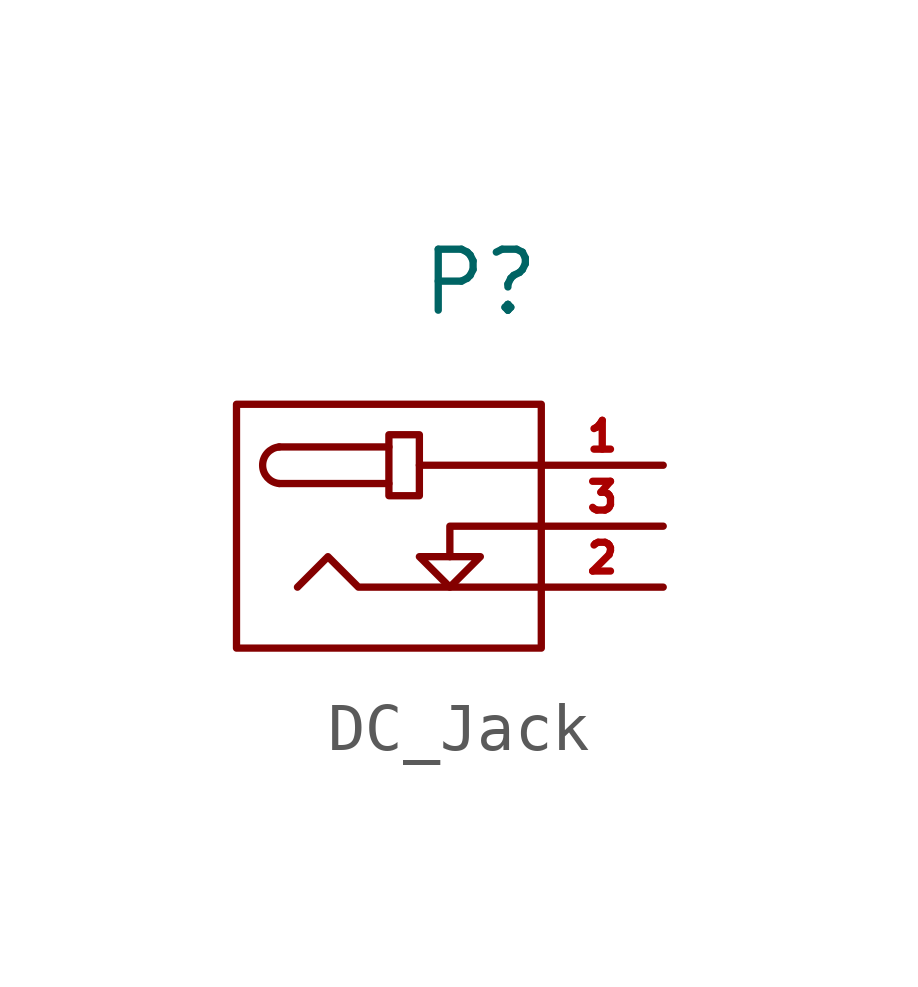
<source format=kicad_sym>
(kicad_symbol_lib
  (version 20220914)
  (generator kicad_symbol_editor)
  (symbol "DC_Jack"
    (property "Reference" "P"
      (at 0 1.27 0)
      (effects (font (size 1.27 1.27))))
    (property "Value" ""
      (at 0 0 0)
      (effects (font (size 1.27 1.27))))
    (symbol "DC_Jack_0_1"
      (rectangle (start -5.08 -1.27) (end 1.27 -6.35) (stroke (width 0) (type default)) (fill (type none)))
      (arc (start -4.191 -2.159) (mid -4.5358 -2.54) (end -4.191 -2.921) (stroke (width 0) (type default)) (fill (type none)))
      (polyline (pts (xy -1.905 -2.921) (xy -4.191 -2.921)) (stroke (width 0) (type default)) (fill (type none)))
      (polyline (pts (xy -1.905 -2.159) (xy -4.191 -2.159)) (stroke (width 0) (type default)) (fill (type none)))
      (polyline (pts (xy 1.27 -2.54) (xy -1.27 -2.54)) (stroke (width 0) (type default)) (fill (type none)))
      (polyline (pts (xy 1.27 -3.81) (xy -0.635 -3.81) (xy -0.635 -4.445)) (stroke (width 0) (type default)) (fill (type none)))
      (polyline (pts (xy 1.27 -5.08) (xy -2.54 -5.08) (xy -3.175 -4.445) (xy -3.81 -5.08)) (stroke (width 0) (type default)) (fill (type none)))
      (polyline (pts (xy -1.27 -1.905) (xy -1.27 -3.175) (xy -1.905 -3.175) (xy -1.905 -1.905) (xy -1.27 -1.905)) (stroke (width 0) (type default)) (fill (type none)))
      (polyline (pts (xy -0.635 -4.445) (xy -1.27 -4.445) (xy -0.635 -5.08) (xy 0 -4.445) (xy -0.635 -4.445)) (stroke (width 0) (type default)) (fill (type none))))
    (symbol "DC_Jack_1_1"
      (pin input line (at 3.81 -2.54 180) (length 2.54) (name "" (effects (font (size 0.6 0.6)))) (number "1" (effects (font (size 0.6 0.6)))))
      (pin input line (at 3.81 -5.08 180) (length 2.54) (name "" (effects (font (size 0.6 0.6)))) (number "2" (effects (font (size 0.6 0.6)))))
      (pin input line (at 3.81 -3.81 180) (length 2.54) (name "" (effects (font (size 0.6 0.6)))) (number "3" (effects (font (size 0.6 0.6))))))))
</source>
